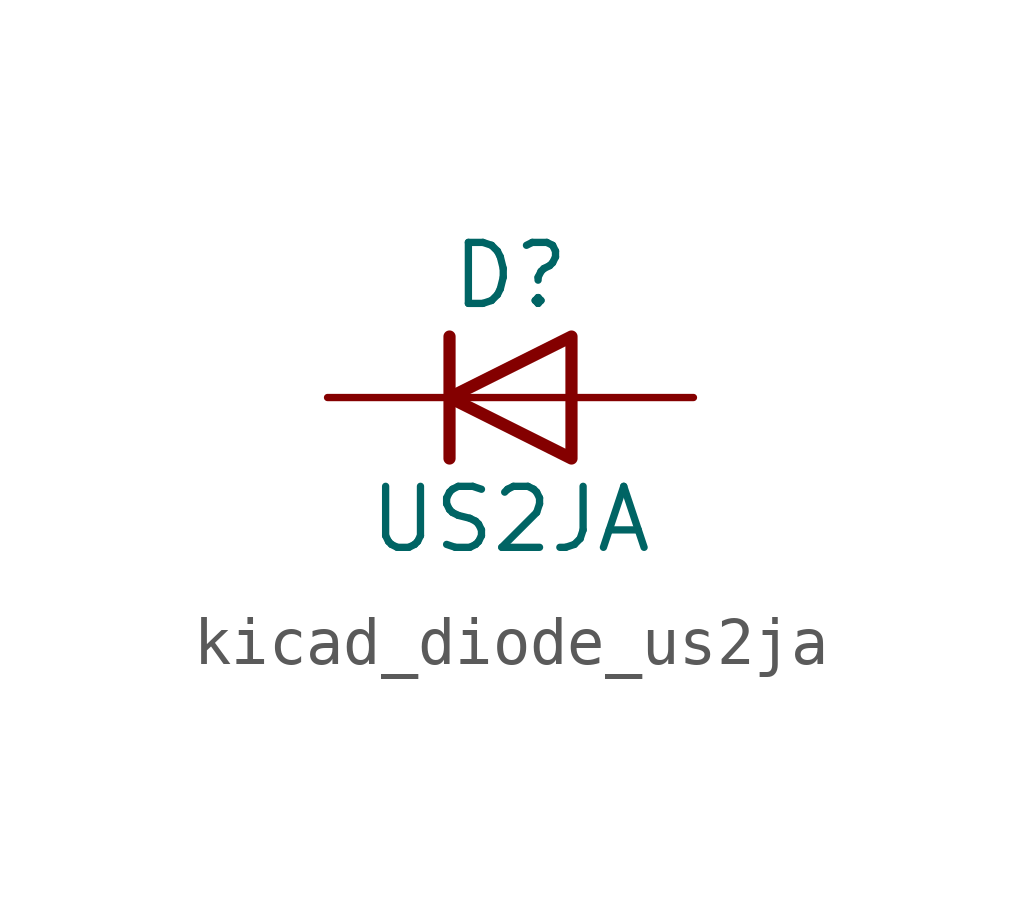
<source format=kicad_sym>
(kicad_symbol_lib
  (version 20220914)
  (generator kicad_symbol_editor)
  (symbol "kicad_diode_us2ja"
    (pin_numbers hide)
    (pin_names hide)
    (property "Reference" "D"
      (at 0 2.54 0)
      (effects (font (size 1.27 1.27))))
    (property "Value" "US2JA"
      (at 0 -2.54 0)
      (effects (font (size 1.27 1.27))))
    (symbol "kicad_diode_us2ja_0_1"
      (polyline (pts (xy -1.27 1.27) (xy -1.27 -1.27)) (stroke (width 0.254) (type default)) (fill (type none)))
      (polyline (pts (xy 1.27 0) (xy -1.27 0)) (stroke (width 0) (type default)) (fill (type none)))
      (polyline (pts (xy 1.27 1.27) (xy 1.27 -1.27) (xy -1.27 0) (xy 1.27 1.27)) (stroke (width 0.254) (type default)) (fill (type none))))
    (symbol "kicad_diode_us2ja_1_1"
      (pin passive line (at -3.81 0 0) (length 2.54) (name "K" (effects (font (size 1.27 1.27)))) (number "1" (effects (font (size 1.27 1.27)))))
      (pin passive line (at 3.81 0 180) (length 2.54) (name "A" (effects (font (size 1.27 1.27)))) (number "2" (effects (font (size 1.27 1.27))))))))
</source>
